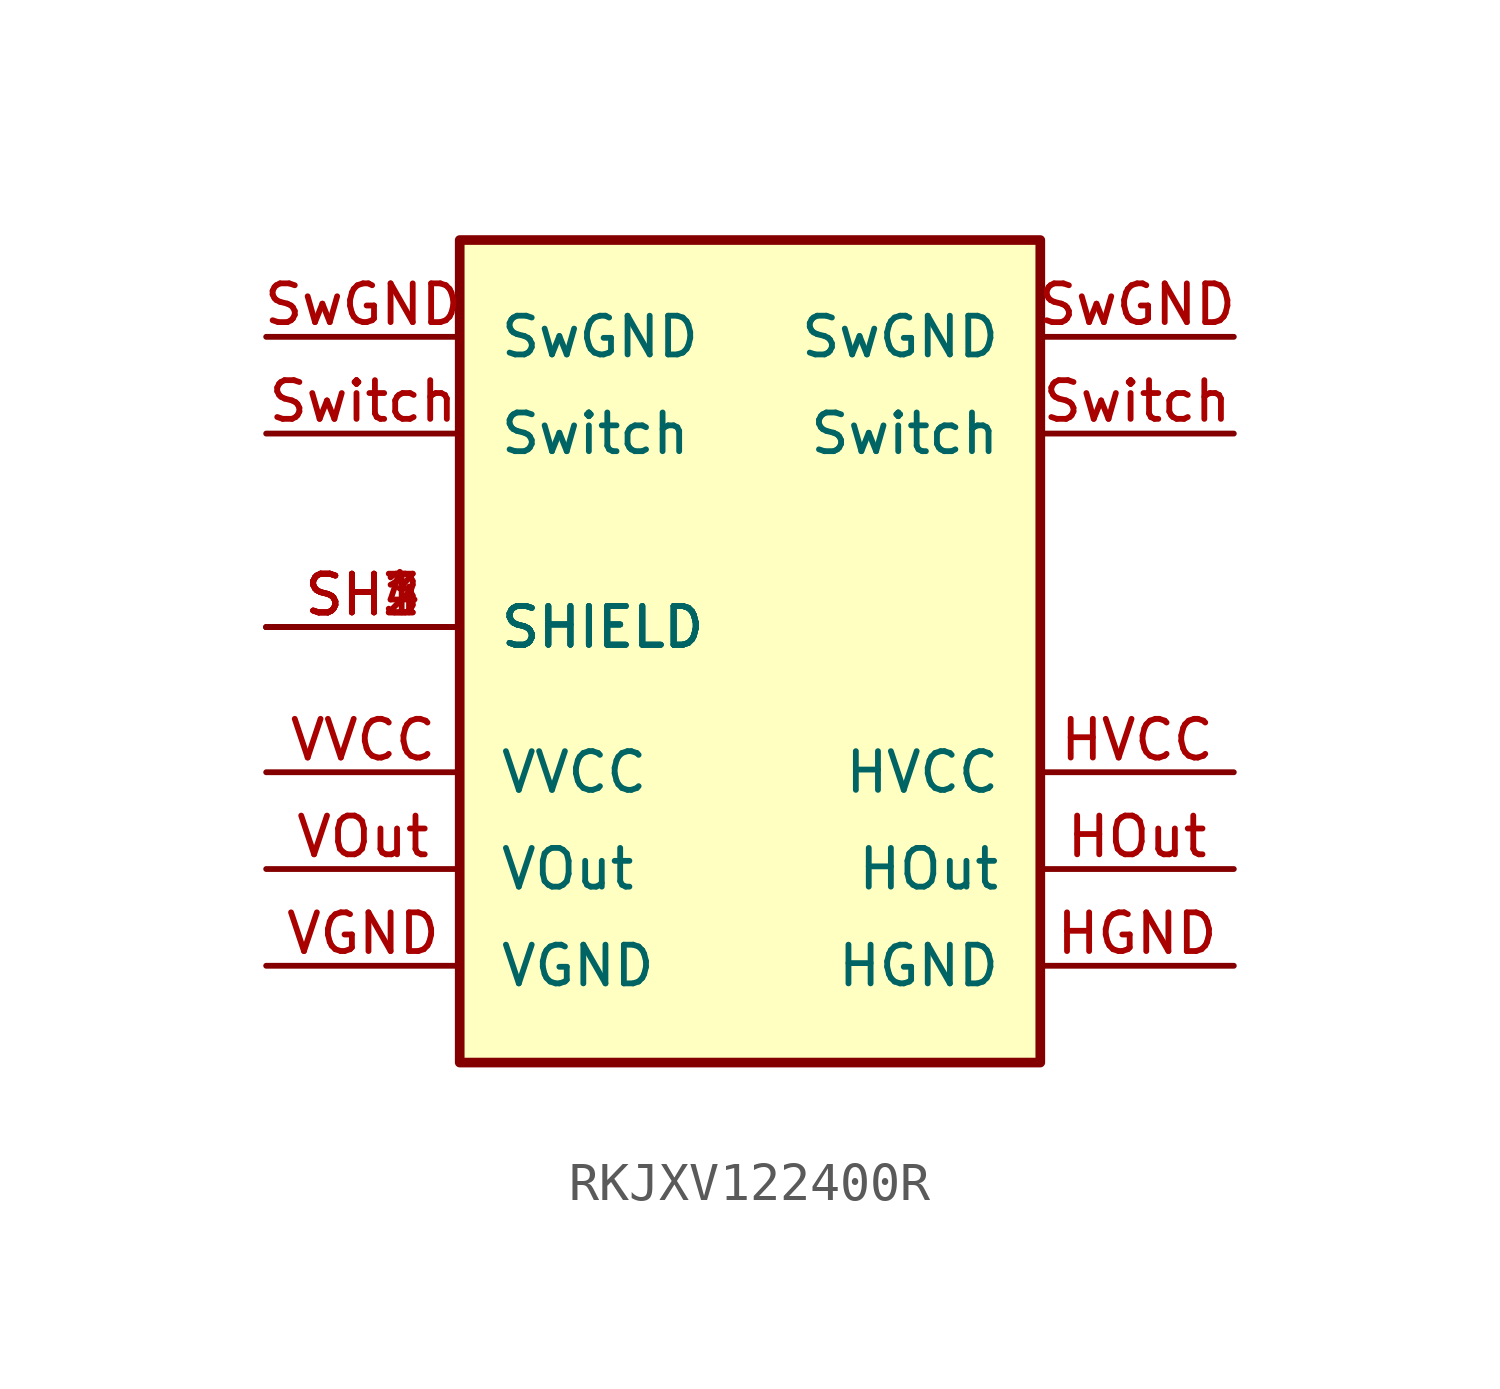
<source format=kicad_sym>
(kicad_symbol_lib
  (version 20241209)
  (generator "kicad_symbol_editor")
  (generator_version "9.0")
  (symbol "RKJXV122400R"
    (pin_names
      (offset 1.016))
    (property "Reference" "S"
      (at -7.62 5.588 0)
      (effects (font (size 1.27 1.27)) (justify left bottom) (hide yes)))
    (symbol "RKJXV122400R_1_0"
      (rectangle (start -7.62 8.89) (end 7.62 -12.7) (stroke (width 0.254) (type default)) (fill (type background)))
      (pin passive line (at -12.7 6.35 0) (length 5.08) (name "SwGND" (effects (font (size 1.016 1.016)))) (number "SwGND" (effects (font (size 1.016 1.016)))))
      (pin passive line (at -12.7 3.81 0) (length 5.08) (name "Switch" (effects (font (size 1.016 1.016)))) (number "Switch" (effects (font (size 1.016 1.016)))))
      (pin passive line (at -12.7 -1.27 0) (length 5.08) (name "SHIELD" (effects (font (size 1.016 1.016)))) (number "SH1" (effects (font (size 1.016 1.016)))))
      (pin passive line (at -12.7 -1.27 0) (length 5.08) (name "SHIELD" (effects (font (size 1.016 1.016)))) (number "SH2" (effects (font (size 1.016 1.016)))))
      (pin passive line (at -12.7 -1.27 0) (length 5.08) (name "SHIELD" (effects (font (size 1.016 1.016)))) (number "SH3" (effects (font (size 1.016 1.016)))))
      (pin passive line (at -12.7 -1.27 0) (length 5.08) (name "SHIELD" (effects (font (size 1.016 1.016)))) (number "SH4" (effects (font (size 1.016 1.016)))))
      (pin passive line (at -12.7 -5.08 0) (length 5.08) (name "VVCC" (effects (font (size 1.016 1.016)))) (number "VVCC" (effects (font (size 1.016 1.016)))))
      (pin passive line (at -12.7 -7.62 0) (length 5.08) (name "VOut" (effects (font (size 1.016 1.016)))) (number "VOut" (effects (font (size 1.016 1.016)))))
      (pin passive line (at -12.7 -10.16 0) (length 5.08) (name "VGND" (effects (font (size 1.016 1.016)))) (number "VGND" (effects (font (size 1.016 1.016)))))
      (pin passive line (at 12.7 6.35 180) (length 5.08) (name "SwGND" (effects (font (size 1.016 1.016)))) (number "SwGND" (effects (font (size 1.016 1.016)))))
      (pin passive line (at 12.7 3.81 180) (length 5.08) (name "Switch" (effects (font (size 1.016 1.016)))) (number "Switch" (effects (font (size 1.016 1.016)))))
      (pin passive line (at 12.7 -5.08 180) (length 5.08) (name "HVCC" (effects (font (size 1.016 1.016)))) (number "HVCC" (effects (font (size 1.016 1.016)))))
      (pin passive line (at 12.7 -7.62 180) (length 5.08) (name "HOut" (effects (font (size 1.016 1.016)))) (number "HOut" (effects (font (size 1.016 1.016)))))
      (pin passive line (at 12.7 -10.16 180) (length 5.08) (name "HGND" (effects (font (size 1.016 1.016)))) (number "HGND" (effects (font (size 1.016 1.016))))))))
</source>
